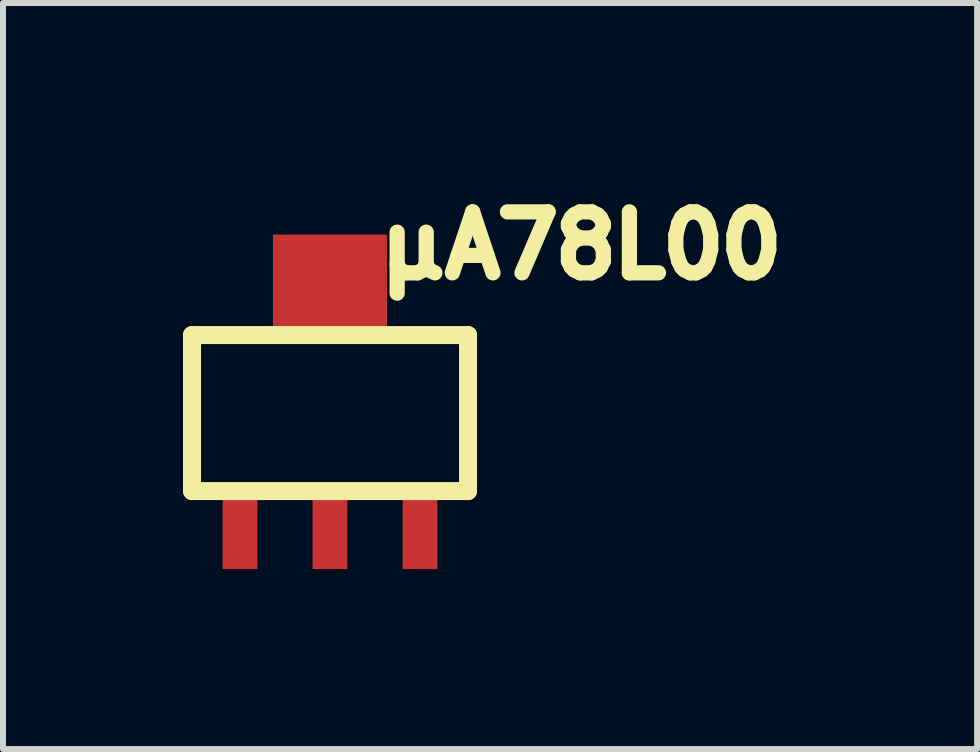
<source format=kicad_pcb>
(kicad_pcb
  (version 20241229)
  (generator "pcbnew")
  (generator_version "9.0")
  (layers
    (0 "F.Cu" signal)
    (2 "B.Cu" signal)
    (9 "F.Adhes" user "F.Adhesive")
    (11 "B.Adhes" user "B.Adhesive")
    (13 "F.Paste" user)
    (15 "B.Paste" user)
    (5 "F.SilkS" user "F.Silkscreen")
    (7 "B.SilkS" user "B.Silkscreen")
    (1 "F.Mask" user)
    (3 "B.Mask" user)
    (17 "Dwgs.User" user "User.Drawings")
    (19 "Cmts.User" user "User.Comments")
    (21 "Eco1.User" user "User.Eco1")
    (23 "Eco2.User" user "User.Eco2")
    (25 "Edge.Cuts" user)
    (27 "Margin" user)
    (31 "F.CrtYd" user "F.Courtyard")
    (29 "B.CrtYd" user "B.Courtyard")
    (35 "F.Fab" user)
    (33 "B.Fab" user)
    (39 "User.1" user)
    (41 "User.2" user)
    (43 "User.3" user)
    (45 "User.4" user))
  (footprint "μA78L00"
    (layer "F.Cu")
    (at 2.45 3.834)
    (property "Reference" "μA78L00" (at 4.191 -2.794 0) (layer "F.SilkS") (effects (font (size 1.016 1.016) (thickness 0.254))))
    (attr smd)
    (fp_line (start -2.3 -1.3) (end -2.3 1.3) (stroke (width 0.3) (type solid)) (layer "F.SilkS"))
    (fp_line (start -2.3 1.3) (end 2.3 1.3) (stroke (width 0.3) (type solid)) (layer "F.SilkS"))
    (fp_line (start 2.3 -1.3) (end -2.3 -1.3) (stroke (width 0.3) (type solid)) (layer "F.SilkS"))
    (fp_line (start 2.3 -1.3) (end 2.3 1.3) (stroke (width 0.3) (type solid)) (layer "F.SilkS"))
    (pad "1" smd rect (at -1.5 1.95) (size 0.58 1.3) (layers "F.Cu" "F.Mask" "F.Paste"))
    (pad "2" smd rect (at 0 -2.125) (size 1.9 1.7) (layers "F.Cu" "F.Mask" "F.Paste"))
    (pad "2" smd rect (at 0 1.95) (size 0.58 1.3) (layers "F.Cu" "F.Mask" "F.Paste"))
    (pad "3" smd rect (at 1.5 1.95) (size 0.58 1.3) (layers "F.Cu" "F.Mask" "F.Paste")))
  (gr_rect
    (start -3 -3)
    (end 13.234 9.434)
    (stroke (width 0.1) (type default))
    (fill no)
    (layer "Edge.Cuts")))
</source>
